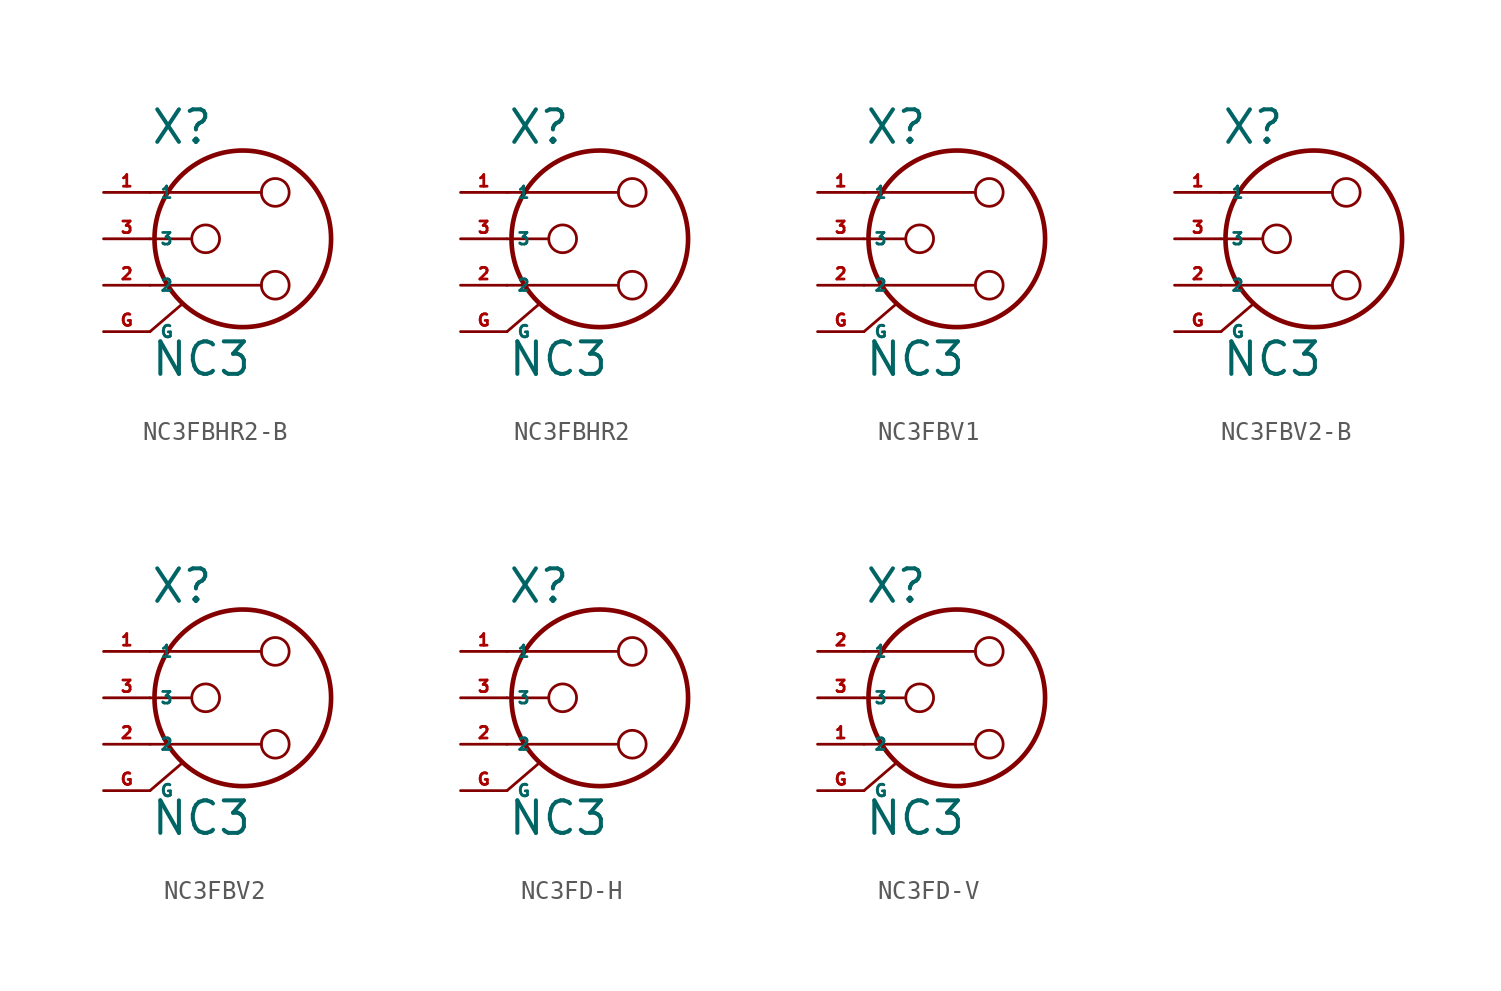
<source format=kicad_sym>
(kicad_symbol_lib
  (version 20220914)
  (generator Eagle2Kicad)
  (symbol "NC3FBHR2-B"
    (property "Reference" "X"
      (at -5.08 5.08 0)
      (effects (font (size 1.778 1.778) (thickness 0.22)) (justify left bottom)))
    (property "Value" "NC3"
      (at -5.08 -7.62 0)
      (effects (font (size 1.778 1.778) (thickness 0.22)) (justify left bottom)))
    (polyline
      (pts (xy -5.08 2.54) (xy 1.016 2.54))
      (stroke (width 0.152) (type default))
      (fill (type none)))
    (polyline
      (pts (xy -5.08 -2.54) (xy 1.016 -2.54))
      (stroke (width 0.152) (type default))
      (fill (type none)))
    (polyline
      (pts (xy -5.08 0) (xy -2.794 0))
      (stroke (width 0.152) (type default))
      (fill (type none)))
    (polyline
      (pts (xy -5.08 -5.08) (xy -3.302 -3.556))
      (stroke (width 0.152) (type default))
      (fill (type none)))
    (circle
      (center 0 0)
      (radius 4.833)
      (stroke (width 0.254) (type default))
      (fill (type none)))
    (circle
      (center -2.032 0)
      (radius 0.762)
      (stroke (width 0.152) (type default))
      (fill (type none)))
    (circle
      (center 1.778 2.54)
      (radius 0.762)
      (stroke (width 0.152) (type default))
      (fill (type none)))
    (circle
      (center 1.778 -2.54)
      (radius 0.762)
      (stroke (width 0.152) (type default))
      (fill (type none)))
    (pin passive line
      (at -7.62 2.54 0)
      (length 2.54)
      (name "1" (effects (font (size 0.635 0.635) (thickness 0.08)) (justify left bottom)))
      (number "1" (effects (font (size 0.635 0.635) (thickness 0.08)) (justify left bottom))))
    (pin passive line
      (at -7.62 -2.54 0)
      (length 2.54)
      (name "2" (effects (font (size 0.635 0.635) (thickness 0.08)) (justify left bottom)))
      (number "2" (effects (font (size 0.635 0.635) (thickness 0.08)) (justify left bottom))))
    (pin passive line
      (at -7.62 0 0)
      (length 2.54)
      (name "3" (effects (font (size 0.635 0.635) (thickness 0.08)) (justify left bottom)))
      (number "3" (effects (font (size 0.635 0.635) (thickness 0.08)) (justify left bottom))))
    (pin passive line
      (at -7.62 -5.08 0)
      (length 2.54)
      (name "G" (effects (font (size 0.635 0.635) (thickness 0.08)) (justify left bottom)))
      (number "G" (effects (font (size 0.635 0.635) (thickness 0.08)) (justify left bottom)))))
  (symbol "NC3FBHR2"
    (property "Reference" "X"
      (at -5.08 5.08 0)
      (effects (font (size 1.778 1.778) (thickness 0.22)) (justify left bottom)))
    (property "Value" "NC3"
      (at -5.08 -7.62 0)
      (effects (font (size 1.778 1.778) (thickness 0.22)) (justify left bottom)))
    (polyline
      (pts (xy -5.08 2.54) (xy 1.016 2.54))
      (stroke (width 0.152) (type default))
      (fill (type none)))
    (polyline
      (pts (xy -5.08 -2.54) (xy 1.016 -2.54))
      (stroke (width 0.152) (type default))
      (fill (type none)))
    (polyline
      (pts (xy -5.08 0) (xy -2.794 0))
      (stroke (width 0.152) (type default))
      (fill (type none)))
    (polyline
      (pts (xy -5.08 -5.08) (xy -3.302 -3.556))
      (stroke (width 0.152) (type default))
      (fill (type none)))
    (circle
      (center 0 0)
      (radius 4.833)
      (stroke (width 0.254) (type default))
      (fill (type none)))
    (circle
      (center -2.032 0)
      (radius 0.762)
      (stroke (width 0.152) (type default))
      (fill (type none)))
    (circle
      (center 1.778 2.54)
      (radius 0.762)
      (stroke (width 0.152) (type default))
      (fill (type none)))
    (circle
      (center 1.778 -2.54)
      (radius 0.762)
      (stroke (width 0.152) (type default))
      (fill (type none)))
    (pin passive line
      (at -7.62 2.54 0)
      (length 2.54)
      (name "1" (effects (font (size 0.635 0.635) (thickness 0.08)) (justify left bottom)))
      (number "1" (effects (font (size 0.635 0.635) (thickness 0.08)) (justify left bottom))))
    (pin passive line
      (at -7.62 -2.54 0)
      (length 2.54)
      (name "2" (effects (font (size 0.635 0.635) (thickness 0.08)) (justify left bottom)))
      (number "2" (effects (font (size 0.635 0.635) (thickness 0.08)) (justify left bottom))))
    (pin passive line
      (at -7.62 0 0)
      (length 2.54)
      (name "3" (effects (font (size 0.635 0.635) (thickness 0.08)) (justify left bottom)))
      (number "3" (effects (font (size 0.635 0.635) (thickness 0.08)) (justify left bottom))))
    (pin passive line
      (at -7.62 -5.08 0)
      (length 2.54)
      (name "G" (effects (font (size 0.635 0.635) (thickness 0.08)) (justify left bottom)))
      (number "G" (effects (font (size 0.635 0.635) (thickness 0.08)) (justify left bottom)))))
  (symbol "NC3FBV1"
    (property "Reference" "X"
      (at -5.08 5.08 0)
      (effects (font (size 1.778 1.778) (thickness 0.22)) (justify left bottom)))
    (property "Value" "NC3"
      (at -5.08 -7.62 0)
      (effects (font (size 1.778 1.778) (thickness 0.22)) (justify left bottom)))
    (polyline
      (pts (xy -5.08 2.54) (xy 1.016 2.54))
      (stroke (width 0.152) (type default))
      (fill (type none)))
    (polyline
      (pts (xy -5.08 -2.54) (xy 1.016 -2.54))
      (stroke (width 0.152) (type default))
      (fill (type none)))
    (polyline
      (pts (xy -5.08 0) (xy -2.794 0))
      (stroke (width 0.152) (type default))
      (fill (type none)))
    (polyline
      (pts (xy -5.08 -5.08) (xy -3.302 -3.556))
      (stroke (width 0.152) (type default))
      (fill (type none)))
    (circle
      (center 0 0)
      (radius 4.833)
      (stroke (width 0.254) (type default))
      (fill (type none)))
    (circle
      (center -2.032 0)
      (radius 0.762)
      (stroke (width 0.152) (type default))
      (fill (type none)))
    (circle
      (center 1.778 2.54)
      (radius 0.762)
      (stroke (width 0.152) (type default))
      (fill (type none)))
    (circle
      (center 1.778 -2.54)
      (radius 0.762)
      (stroke (width 0.152) (type default))
      (fill (type none)))
    (pin passive line
      (at -7.62 2.54 0)
      (length 2.54)
      (name "1" (effects (font (size 0.635 0.635) (thickness 0.08)) (justify left bottom)))
      (number "1" (effects (font (size 0.635 0.635) (thickness 0.08)) (justify left bottom))))
    (pin passive line
      (at -7.62 -2.54 0)
      (length 2.54)
      (name "2" (effects (font (size 0.635 0.635) (thickness 0.08)) (justify left bottom)))
      (number "2" (effects (font (size 0.635 0.635) (thickness 0.08)) (justify left bottom))))
    (pin passive line
      (at -7.62 0 0)
      (length 2.54)
      (name "3" (effects (font (size 0.635 0.635) (thickness 0.08)) (justify left bottom)))
      (number "3" (effects (font (size 0.635 0.635) (thickness 0.08)) (justify left bottom))))
    (pin passive line
      (at -7.62 -5.08 0)
      (length 2.54)
      (name "G" (effects (font (size 0.635 0.635) (thickness 0.08)) (justify left bottom)))
      (number "G" (effects (font (size 0.635 0.635) (thickness 0.08)) (justify left bottom)))))
  (symbol "NC3FBV2-B"
    (property "Reference" "X"
      (at -5.08 5.08 0)
      (effects (font (size 1.778 1.778) (thickness 0.22)) (justify left bottom)))
    (property "Value" "NC3"
      (at -5.08 -7.62 0)
      (effects (font (size 1.778 1.778) (thickness 0.22)) (justify left bottom)))
    (polyline
      (pts (xy -5.08 2.54) (xy 1.016 2.54))
      (stroke (width 0.152) (type default))
      (fill (type none)))
    (polyline
      (pts (xy -5.08 -2.54) (xy 1.016 -2.54))
      (stroke (width 0.152) (type default))
      (fill (type none)))
    (polyline
      (pts (xy -5.08 0) (xy -2.794 0))
      (stroke (width 0.152) (type default))
      (fill (type none)))
    (polyline
      (pts (xy -5.08 -5.08) (xy -3.302 -3.556))
      (stroke (width 0.152) (type default))
      (fill (type none)))
    (circle
      (center 0 0)
      (radius 4.833)
      (stroke (width 0.254) (type default))
      (fill (type none)))
    (circle
      (center -2.032 0)
      (radius 0.762)
      (stroke (width 0.152) (type default))
      (fill (type none)))
    (circle
      (center 1.778 2.54)
      (radius 0.762)
      (stroke (width 0.152) (type default))
      (fill (type none)))
    (circle
      (center 1.778 -2.54)
      (radius 0.762)
      (stroke (width 0.152) (type default))
      (fill (type none)))
    (pin passive line
      (at -7.62 2.54 0)
      (length 2.54)
      (name "1" (effects (font (size 0.635 0.635) (thickness 0.08)) (justify left bottom)))
      (number "1" (effects (font (size 0.635 0.635) (thickness 0.08)) (justify left bottom))))
    (pin passive line
      (at -7.62 -2.54 0)
      (length 2.54)
      (name "2" (effects (font (size 0.635 0.635) (thickness 0.08)) (justify left bottom)))
      (number "2" (effects (font (size 0.635 0.635) (thickness 0.08)) (justify left bottom))))
    (pin passive line
      (at -7.62 0 0)
      (length 2.54)
      (name "3" (effects (font (size 0.635 0.635) (thickness 0.08)) (justify left bottom)))
      (number "3" (effects (font (size 0.635 0.635) (thickness 0.08)) (justify left bottom))))
    (pin passive line
      (at -7.62 -5.08 0)
      (length 2.54)
      (name "G" (effects (font (size 0.635 0.635) (thickness 0.08)) (justify left bottom)))
      (number "G" (effects (font (size 0.635 0.635) (thickness 0.08)) (justify left bottom)))))
  (symbol "NC3FBV2"
    (property "Reference" "X"
      (at -5.08 5.08 0)
      (effects (font (size 1.778 1.778) (thickness 0.22)) (justify left bottom)))
    (property "Value" "NC3"
      (at -5.08 -7.62 0)
      (effects (font (size 1.778 1.778) (thickness 0.22)) (justify left bottom)))
    (polyline
      (pts (xy -5.08 2.54) (xy 1.016 2.54))
      (stroke (width 0.152) (type default))
      (fill (type none)))
    (polyline
      (pts (xy -5.08 -2.54) (xy 1.016 -2.54))
      (stroke (width 0.152) (type default))
      (fill (type none)))
    (polyline
      (pts (xy -5.08 0) (xy -2.794 0))
      (stroke (width 0.152) (type default))
      (fill (type none)))
    (polyline
      (pts (xy -5.08 -5.08) (xy -3.302 -3.556))
      (stroke (width 0.152) (type default))
      (fill (type none)))
    (circle
      (center 0 0)
      (radius 4.833)
      (stroke (width 0.254) (type default))
      (fill (type none)))
    (circle
      (center -2.032 0)
      (radius 0.762)
      (stroke (width 0.152) (type default))
      (fill (type none)))
    (circle
      (center 1.778 2.54)
      (radius 0.762)
      (stroke (width 0.152) (type default))
      (fill (type none)))
    (circle
      (center 1.778 -2.54)
      (radius 0.762)
      (stroke (width 0.152) (type default))
      (fill (type none)))
    (pin passive line
      (at -7.62 2.54 0)
      (length 2.54)
      (name "1" (effects (font (size 0.635 0.635) (thickness 0.08)) (justify left bottom)))
      (number "1" (effects (font (size 0.635 0.635) (thickness 0.08)) (justify left bottom))))
    (pin passive line
      (at -7.62 -2.54 0)
      (length 2.54)
      (name "2" (effects (font (size 0.635 0.635) (thickness 0.08)) (justify left bottom)))
      (number "2" (effects (font (size 0.635 0.635) (thickness 0.08)) (justify left bottom))))
    (pin passive line
      (at -7.62 0 0)
      (length 2.54)
      (name "3" (effects (font (size 0.635 0.635) (thickness 0.08)) (justify left bottom)))
      (number "3" (effects (font (size 0.635 0.635) (thickness 0.08)) (justify left bottom))))
    (pin passive line
      (at -7.62 -5.08 0)
      (length 2.54)
      (name "G" (effects (font (size 0.635 0.635) (thickness 0.08)) (justify left bottom)))
      (number "G" (effects (font (size 0.635 0.635) (thickness 0.08)) (justify left bottom)))))
  (symbol "NC3FD-H"
    (property "Reference" "X"
      (at -5.08 5.08 0)
      (effects (font (size 1.778 1.778) (thickness 0.22)) (justify left bottom)))
    (property "Value" "NC3"
      (at -5.08 -7.62 0)
      (effects (font (size 1.778 1.778) (thickness 0.22)) (justify left bottom)))
    (polyline
      (pts (xy -5.08 2.54) (xy 1.016 2.54))
      (stroke (width 0.152) (type default))
      (fill (type none)))
    (polyline
      (pts (xy -5.08 -2.54) (xy 1.016 -2.54))
      (stroke (width 0.152) (type default))
      (fill (type none)))
    (polyline
      (pts (xy -5.08 0) (xy -2.794 0))
      (stroke (width 0.152) (type default))
      (fill (type none)))
    (polyline
      (pts (xy -5.08 -5.08) (xy -3.302 -3.556))
      (stroke (width 0.152) (type default))
      (fill (type none)))
    (circle
      (center 0 0)
      (radius 4.833)
      (stroke (width 0.254) (type default))
      (fill (type none)))
    (circle
      (center -2.032 0)
      (radius 0.762)
      (stroke (width 0.152) (type default))
      (fill (type none)))
    (circle
      (center 1.778 2.54)
      (radius 0.762)
      (stroke (width 0.152) (type default))
      (fill (type none)))
    (circle
      (center 1.778 -2.54)
      (radius 0.762)
      (stroke (width 0.152) (type default))
      (fill (type none)))
    (pin passive line
      (at -7.62 2.54 0)
      (length 2.54)
      (name "1" (effects (font (size 0.635 0.635) (thickness 0.08)) (justify left bottom)))
      (number "1" (effects (font (size 0.635 0.635) (thickness 0.08)) (justify left bottom))))
    (pin passive line
      (at -7.62 -2.54 0)
      (length 2.54)
      (name "2" (effects (font (size 0.635 0.635) (thickness 0.08)) (justify left bottom)))
      (number "2" (effects (font (size 0.635 0.635) (thickness 0.08)) (justify left bottom))))
    (pin passive line
      (at -7.62 0 0)
      (length 2.54)
      (name "3" (effects (font (size 0.635 0.635) (thickness 0.08)) (justify left bottom)))
      (number "3" (effects (font (size 0.635 0.635) (thickness 0.08)) (justify left bottom))))
    (pin passive line
      (at -7.62 -5.08 0)
      (length 2.54)
      (name "G" (effects (font (size 0.635 0.635) (thickness 0.08)) (justify left bottom)))
      (number "G" (effects (font (size 0.635 0.635) (thickness 0.08)) (justify left bottom)))))
  (symbol "NC3FD-V"
    (property "Reference" "X"
      (at -5.08 5.08 0)
      (effects (font (size 1.778 1.778) (thickness 0.22)) (justify left bottom)))
    (property "Value" "NC3"
      (at -5.08 -7.62 0)
      (effects (font (size 1.778 1.778) (thickness 0.22)) (justify left bottom)))
    (polyline
      (pts (xy -5.08 2.54) (xy 1.016 2.54))
      (stroke (width 0.152) (type default))
      (fill (type none)))
    (polyline
      (pts (xy -5.08 -2.54) (xy 1.016 -2.54))
      (stroke (width 0.152) (type default))
      (fill (type none)))
    (polyline
      (pts (xy -5.08 0) (xy -2.794 0))
      (stroke (width 0.152) (type default))
      (fill (type none)))
    (polyline
      (pts (xy -5.08 -5.08) (xy -3.302 -3.556))
      (stroke (width 0.152) (type default))
      (fill (type none)))
    (circle
      (center 0 0)
      (radius 4.833)
      (stroke (width 0.254) (type default))
      (fill (type none)))
    (circle
      (center -2.032 0)
      (radius 0.762)
      (stroke (width 0.152) (type default))
      (fill (type none)))
    (circle
      (center 1.778 2.54)
      (radius 0.762)
      (stroke (width 0.152) (type default))
      (fill (type none)))
    (circle
      (center 1.778 -2.54)
      (radius 0.762)
      (stroke (width 0.152) (type default))
      (fill (type none)))
    (pin passive line
      (at -7.62 2.54 0)
      (length 2.54)
      (name "1" (effects (font (size 0.635 0.635) (thickness 0.08)) (justify left bottom)))
      (number "2" (effects (font (size 0.635 0.635) (thickness 0.08)) (justify left bottom))))
    (pin passive line
      (at -7.62 -2.54 0)
      (length 2.54)
      (name "2" (effects (font (size 0.635 0.635) (thickness 0.08)) (justify left bottom)))
      (number "1" (effects (font (size 0.635 0.635) (thickness 0.08)) (justify left bottom))))
    (pin passive line
      (at -7.62 0 0)
      (length 2.54)
      (name "3" (effects (font (size 0.635 0.635) (thickness 0.08)) (justify left bottom)))
      (number "3" (effects (font (size 0.635 0.635) (thickness 0.08)) (justify left bottom))))
    (pin passive line
      (at -7.62 -5.08 0)
      (length 2.54)
      (name "G" (effects (font (size 0.635 0.635) (thickness 0.08)) (justify left bottom)))
      (number "G" (effects (font (size 0.635 0.635) (thickness 0.08)) (justify left bottom))))))
</source>
